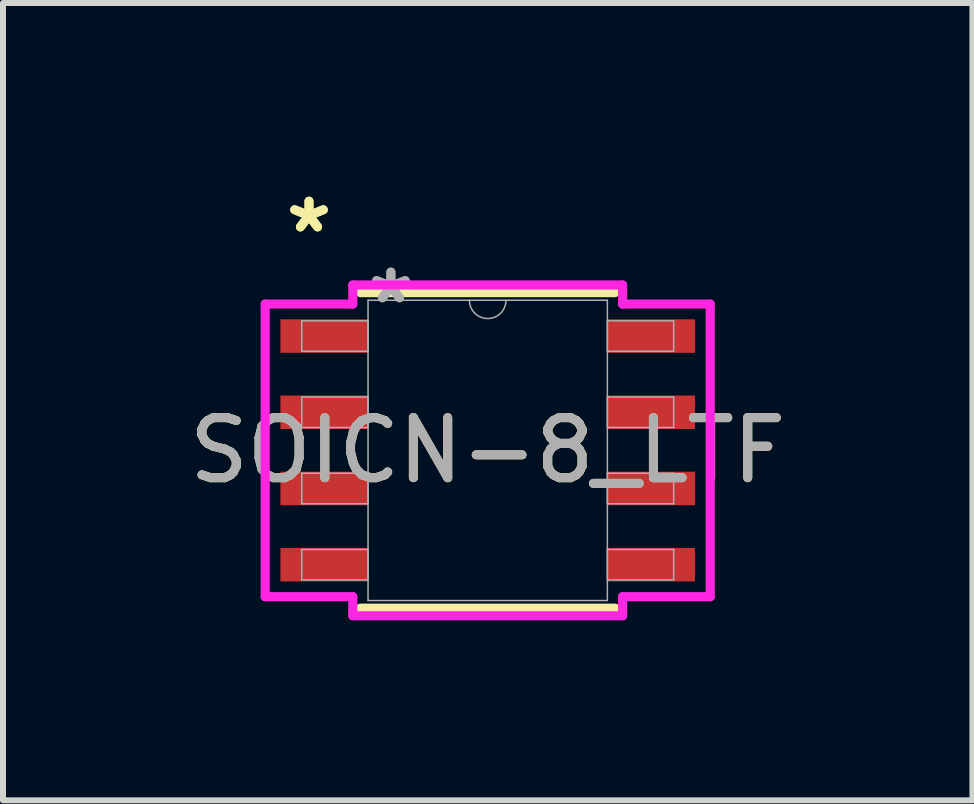
<source format=kicad_pcb>
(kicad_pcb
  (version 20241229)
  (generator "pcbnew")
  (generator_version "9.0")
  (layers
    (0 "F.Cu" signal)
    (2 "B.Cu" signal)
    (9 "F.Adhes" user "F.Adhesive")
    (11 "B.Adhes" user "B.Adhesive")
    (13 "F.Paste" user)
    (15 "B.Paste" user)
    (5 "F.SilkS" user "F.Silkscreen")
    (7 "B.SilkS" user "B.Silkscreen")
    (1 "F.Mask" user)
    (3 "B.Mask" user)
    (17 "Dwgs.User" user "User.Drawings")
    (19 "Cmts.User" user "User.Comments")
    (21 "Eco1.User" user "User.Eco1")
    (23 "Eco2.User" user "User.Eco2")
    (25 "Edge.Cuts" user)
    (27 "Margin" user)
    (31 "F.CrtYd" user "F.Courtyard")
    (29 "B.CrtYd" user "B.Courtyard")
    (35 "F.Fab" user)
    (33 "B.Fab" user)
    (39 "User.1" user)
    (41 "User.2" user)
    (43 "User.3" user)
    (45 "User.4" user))
  (footprint "SOICN-8_LTF"
    (layer "F.Cu")
    (at 5.077 4.455)
    (property "Reference" "SOICN-8_LTF" (at 0 0 0) (unlocked yes) (layer "F.SilkS") (effects (font (size 1 1) (thickness 0.15))))
    (attr smd)
    (fp_line (start -2.121 2.629) (end 2.121 2.629) (stroke (width 0.152) (type solid)) (layer "F.SilkS"))
    (fp_line (start 2.121 -2.629) (end -2.121 -2.629) (stroke (width 0.152) (type solid)) (layer "F.SilkS"))
    (fp_line (start -3.708 -2.438) (end -2.248 -2.438) (stroke (width 0.152) (type solid)) (layer "F.CrtYd"))
    (fp_line (start -3.708 2.438) (end -3.708 -2.438) (stroke (width 0.152) (type solid)) (layer "F.CrtYd"))
    (fp_line (start -3.708 2.438) (end -2.248 2.438) (stroke (width 0.152) (type solid)) (layer "F.CrtYd"))
    (fp_line (start -2.248 -2.756) (end 2.248 -2.756) (stroke (width 0.152) (type solid)) (layer "F.CrtYd"))
    (fp_line (start -2.248 -2.438) (end -2.248 -2.756) (stroke (width 0.152) (type solid)) (layer "F.CrtYd"))
    (fp_line (start -2.248 2.756) (end -2.248 2.438) (stroke (width 0.152) (type solid)) (layer "F.CrtYd"))
    (fp_line (start 2.248 -2.756) (end 2.248 -2.438) (stroke (width 0.152) (type solid)) (layer "F.CrtYd"))
    (fp_line (start 2.248 2.438) (end 2.248 2.756) (stroke (width 0.152) (type solid)) (layer "F.CrtYd"))
    (fp_line (start 2.248 2.756) (end -2.248 2.756) (stroke (width 0.152) (type solid)) (layer "F.CrtYd"))
    (fp_line (start 3.708 -2.438) (end 2.248 -2.438) (stroke (width 0.152) (type solid)) (layer "F.CrtYd"))
    (fp_line (start 3.708 -2.438) (end 3.708 2.438) (stroke (width 0.152) (type solid)) (layer "F.CrtYd"))
    (fp_line (start 3.708 2.438) (end 2.248 2.438) (stroke (width 0.152) (type solid)) (layer "F.CrtYd"))
    (fp_line (start -3.099 -2.159) (end -3.099 -1.651) (stroke (width 0.025) (type solid)) (layer "F.Fab"))
    (fp_line (start -3.099 -1.651) (end -1.994 -1.651) (stroke (width 0.025) (type solid)) (layer "F.Fab"))
    (fp_line (start -3.099 -0.889) (end -3.099 -0.381) (stroke (width 0.025) (type solid)) (layer "F.Fab"))
    (fp_line (start -3.099 -0.381) (end -1.994 -0.381) (stroke (width 0.025) (type solid)) (layer "F.Fab"))
    (fp_line (start -3.099 0.381) (end -3.099 0.889) (stroke (width 0.025) (type solid)) (layer "F.Fab"))
    (fp_line (start -3.099 0.889) (end -1.994 0.889) (stroke (width 0.025) (type solid)) (layer "F.Fab"))
    (fp_line (start -3.099 1.651) (end -3.099 2.159) (stroke (width 0.025) (type solid)) (layer "F.Fab"))
    (fp_line (start -3.099 2.159) (end -1.994 2.159) (stroke (width 0.025) (type solid)) (layer "F.Fab"))
    (fp_line (start -1.994 -2.502) (end -1.994 2.502) (stroke (width 0.025) (type solid)) (layer "F.Fab"))
    (fp_line (start -1.994 -2.159) (end -3.099 -2.159) (stroke (width 0.025) (type solid)) (layer "F.Fab"))
    (fp_line (start -1.994 -1.651) (end -1.994 -2.159) (stroke (width 0.025) (type solid)) (layer "F.Fab"))
    (fp_line (start -1.994 -0.889) (end -3.099 -0.889) (stroke (width 0.025) (type solid)) (layer "F.Fab"))
    (fp_line (start -1.994 -0.381) (end -1.994 -0.889) (stroke (width 0.025) (type solid)) (layer "F.Fab"))
    (fp_line (start -1.994 0.381) (end -3.099 0.381) (stroke (width 0.025) (type solid)) (layer "F.Fab"))
    (fp_line (start -1.994 0.889) (end -1.994 0.381) (stroke (width 0.025) (type solid)) (layer "F.Fab"))
    (fp_line (start -1.994 1.651) (end -3.099 1.651) (stroke (width 0.025) (type solid)) (layer "F.Fab"))
    (fp_line (start -1.994 2.159) (end -1.994 1.651) (stroke (width 0.025) (type solid)) (layer "F.Fab"))
    (fp_line (start -1.994 2.502) (end 1.994 2.502) (stroke (width 0.025) (type solid)) (layer "F.Fab"))
    (fp_line (start 1.994 -2.502) (end -1.994 -2.502) (stroke (width 0.025) (type solid)) (layer "F.Fab"))
    (fp_line (start 1.994 -2.159) (end 1.994 -1.651) (stroke (width 0.025) (type solid)) (layer "F.Fab"))
    (fp_line (start 1.994 -1.651) (end 3.099 -1.651) (stroke (width 0.025) (type solid)) (layer "F.Fab"))
    (fp_line (start 1.994 -0.889) (end 1.994 -0.381) (stroke (width 0.025) (type solid)) (layer "F.Fab"))
    (fp_line (start 1.994 -0.381) (end 3.099 -0.381) (stroke (width 0.025) (type solid)) (layer "F.Fab"))
    (fp_line (start 1.994 0.381) (end 1.994 0.889) (stroke (width 0.025) (type solid)) (layer "F.Fab"))
    (fp_line (start 1.994 0.889) (end 3.099 0.889) (stroke (width 0.025) (type solid)) (layer "F.Fab"))
    (fp_line (start 1.994 1.651) (end 1.994 2.159) (stroke (width 0.025) (type solid)) (layer "F.Fab"))
    (fp_line (start 1.994 2.159) (end 3.099 2.159) (stroke (width 0.025) (type solid)) (layer "F.Fab"))
    (fp_line (start 1.994 2.502) (end 1.994 -2.502) (stroke (width 0.025) (type solid)) (layer "F.Fab"))
    (fp_line (start 3.099 -2.159) (end 1.994 -2.159) (stroke (width 0.025) (type solid)) (layer "F.Fab"))
    (fp_line (start 3.099 -1.651) (end 3.099 -2.159) (stroke (width 0.025) (type solid)) (layer "F.Fab"))
    (fp_line (start 3.099 -0.889) (end 1.994 -0.889) (stroke (width 0.025) (type solid)) (layer "F.Fab"))
    (fp_line (start 3.099 -0.381) (end 3.099 -0.889) (stroke (width 0.025) (type solid)) (layer "F.Fab"))
    (fp_line (start 3.099 0.381) (end 1.994 0.381) (stroke (width 0.025) (type solid)) (layer "F.Fab"))
    (fp_line (start 3.099 0.889) (end 3.099 0.381) (stroke (width 0.025) (type solid)) (layer "F.Fab"))
    (fp_line (start 3.099 1.651) (end 1.994 1.651) (stroke (width 0.025) (type solid)) (layer "F.Fab"))
    (fp_line (start 3.099 2.159) (end 3.099 1.651) (stroke (width 0.025) (type solid)) (layer "F.Fab"))
    (fp_arc (start 0.3048 -2.5019) (mid 0 -2.1971) (end -0.3048 -2.5019) (stroke (width 0.0254) (type solid)) (layer "F.Fab"))
    (fp_text user "*" (at -2.978 -3.607 0) (layer "F.SilkS") (effects (font (size 1 1) (thickness 0.15))))
    (fp_text user "*" (at -2.978 -3.607 0) (unlocked yes) (layer "F.SilkS") (effects (font (size 1 1) (thickness 0.15))))
    (fp_text user "*" (at -1.613 -2.426 0) (unlocked yes) (layer "F.Fab") (effects (font (size 1 1) (thickness 0.15))))
    (fp_text user "${REFERENCE}" (at 0 0 0) (unlocked yes) (layer "F.Fab") (effects (font (size 1 1) (thickness 0.15))))
    (fp_text user "*" (at -1.613 -2.426 0) (layer "F.Fab") (effects (font (size 1 1) (thickness 0.15))))
    (pad "1" smd rect (at -2.724 -1.905) (size 1.46 0.559) (layers "F.Cu" "F.Mask" "F.Paste"))
    (pad "2" smd rect (at -2.724 -0.635) (size 1.46 0.559) (layers "F.Cu" "F.Mask" "F.Paste"))
    (pad "3" smd rect (at -2.724 0.635) (size 1.46 0.559) (layers "F.Cu" "F.Mask" "F.Paste"))
    (pad "4" smd rect (at -2.724 1.905) (size 1.46 0.559) (layers "F.Cu" "F.Mask" "F.Paste"))
    (pad "5" smd rect (at 2.724 1.905) (size 1.46 0.559) (layers "F.Cu" "F.Mask" "F.Paste"))
    (pad "6" smd rect (at 2.724 0.635) (size 1.46 0.559) (layers "F.Cu" "F.Mask" "F.Paste"))
    (pad "7" smd rect (at 2.724 -0.635) (size 1.46 0.559) (layers "F.Cu" "F.Mask" "F.Paste"))
    (pad "8" smd rect (at 2.724 -1.905) (size 1.46 0.559) (layers "F.Cu" "F.Mask" "F.Paste")))
  (gr_rect
    (start -3 -3)
    (end 13.155 10.287)
    (stroke (width 0.1) (type default))
    (fill no)
    (layer "Edge.Cuts")))
</source>
